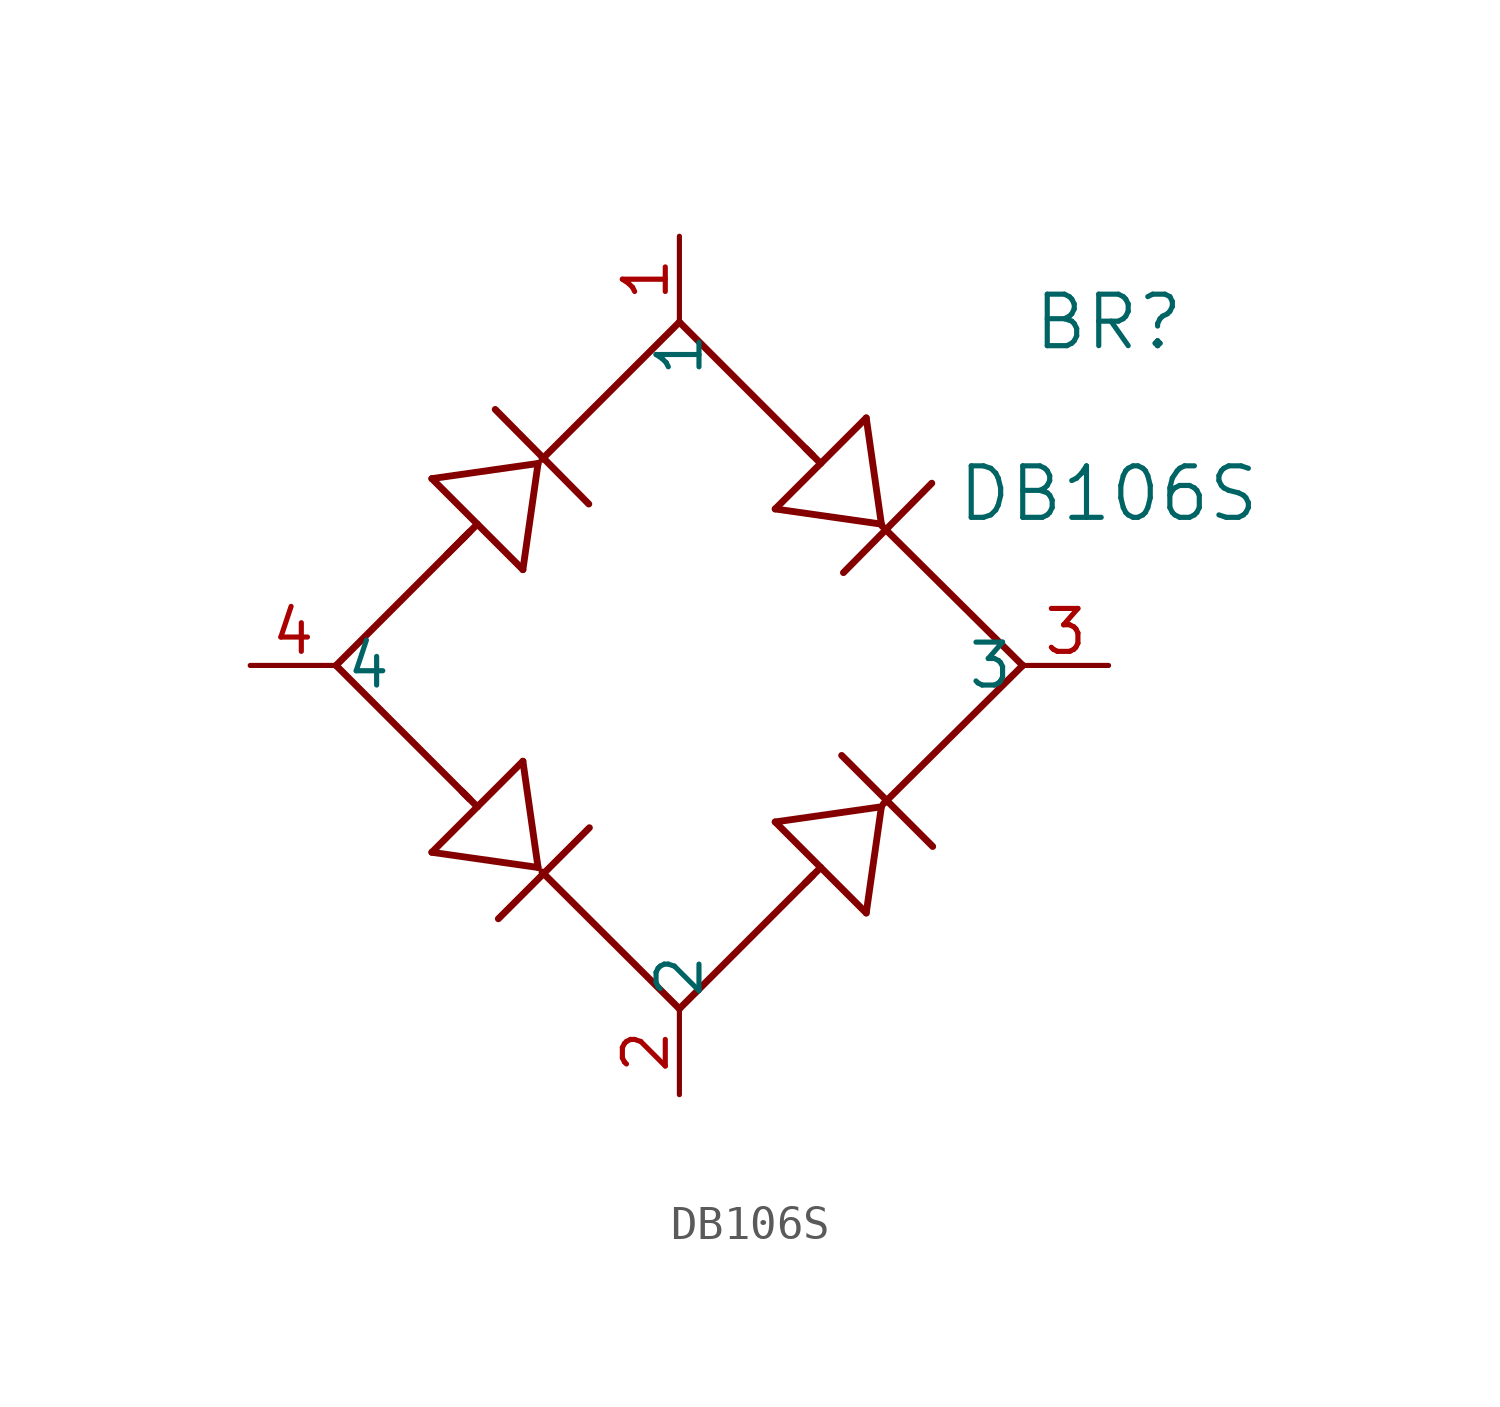
<source format=kicad_sym>
(kicad_symbol_lib
  (version 20211014)
  (generator kicad_symbol_editor)
  (symbol "DB106S"
    (pin_names
      (offset 0.254))
    (property "Reference" "BR"
      (at 25.4 10.16 0)
      (effects (font (size 1.524 1.524))))
    (property "Value" "DB106S"
      (at 25.4 5.08 0)
      (effects (font (size 1.524 1.524))))
    (symbol "DB106S_0_1"
      (polyline (pts (xy 5.824 3.284) (xy 6.488 3.948)) (stroke (width 0.203) (type default) (color 0 0 0 0)) (fill (type none)))
      (polyline (pts (xy 5.375 5.529) (xy 8.069 2.835)) (stroke (width 0.203) (type default) (color 0 0 0 0)) (fill (type none)))
      (polyline (pts (xy 6.273 3.733) (xy 6.722 4.182)) (stroke (width 0.203) (type default) (color 0 0 0 0)) (fill (type none)))
      (polyline (pts (xy 8.518 5.978) (xy 5.375 5.529)) (stroke (width 0.203) (type default) (color 0 0 0 0)) (fill (type none)))
      (polyline (pts (xy 8.069 2.835) (xy 8.518 5.978)) (stroke (width 0.203) (type default) (color 0 0 0 0)) (fill (type none)))
      (polyline (pts (xy 10.019 4.777) (xy 7.25 7.576)) (stroke (width 0.203) (type default) (color 0 0 0 0)) (fill (type none)))
      (polyline (pts (xy 12.7 10.16) (xy 16.648 6.212)) (stroke (width 0.203) (type default) (color 0 0 0 0)) (fill (type none)))
      (polyline (pts (xy 22.86 0) (xy 18.736 -4.096)) (stroke (width 0.203) (type default) (color 0 0 0 0)) (fill (type none)))
      (polyline (pts (xy 12.7 -10.16) (xy 8.634 -6.111)) (stroke (width 0.203) (type default) (color 0 0 0 0)) (fill (type none)))
      (polyline (pts (xy 2.54 0) (xy 6.35 3.81)) (stroke (width 0.203) (type default) (color 0 0 0 0)) (fill (type none)))
      (polyline (pts (xy 8.634 6.1) (xy 12.7 10.16)) (stroke (width 0.203) (type default) (color 0 0 0 0)) (fill (type none)))
      (polyline (pts (xy 2.54 0) (xy 6.488 -3.948)) (stroke (width 0.203) (type default) (color 0 0 0 0)) (fill (type none)))
      (polyline (pts (xy 8.069 -2.835) (xy 5.375 -5.529)) (stroke (width 0.203) (type default) (color 0 0 0 0)) (fill (type none)))
      (polyline (pts (xy 6.273 -3.733) (xy 6.722 -4.182)) (stroke (width 0.203) (type default) (color 0 0 0 0)) (fill (type none)))
      (polyline (pts (xy 8.518 -5.978) (xy 8.069 -2.835)) (stroke (width 0.203) (type default) (color 0 0 0 0)) (fill (type none)))
      (polyline (pts (xy 5.375 -5.529) (xy 8.518 -5.978)) (stroke (width 0.203) (type default) (color 0 0 0 0)) (fill (type none)))
      (polyline (pts (xy 7.343 -7.496) (xy 10.037 -4.802)) (stroke (width 0.203) (type default) (color 0 0 0 0)) (fill (type none)))
      (polyline (pts (xy 12.7 -10.16) (xy 16.648 -6.212)) (stroke (width 0.203) (type default) (color 0 0 0 0)) (fill (type none)))
      (polyline (pts (xy 15.535 -4.631) (xy 18.229 -7.325)) (stroke (width 0.203) (type default) (color 0 0 0 0)) (fill (type none)))
      (polyline (pts (xy 16.433 -6.427) (xy 16.882 -5.978)) (stroke (width 0.203) (type default) (color 0 0 0 0)) (fill (type none)))
      (polyline (pts (xy 18.678 -4.182) (xy 15.535 -4.631)) (stroke (width 0.203) (type default) (color 0 0 0 0)) (fill (type none)))
      (polyline (pts (xy 18.229 -7.325) (xy 18.678 -4.182)) (stroke (width 0.203) (type default) (color 0 0 0 0)) (fill (type none)))
      (polyline (pts (xy 20.196 -5.357) (xy 17.502 -2.663)) (stroke (width 0.203) (type default) (color 0 0 0 0)) (fill (type none)))
      (polyline (pts (xy 22.86 0) (xy 18.693 4.131)) (stroke (width 0.203) (type default) (color 0 0 0 0)) (fill (type none)))
      (polyline (pts (xy 18.229 7.325) (xy 15.535 4.631)) (stroke (width 0.203) (type default) (color 0 0 0 0)) (fill (type none)))
      (polyline (pts (xy 16.433 6.427) (xy 16.882 5.978)) (stroke (width 0.203) (type default) (color 0 0 0 0)) (fill (type none)))
      (polyline (pts (xy 18.678 4.182) (xy 18.229 7.325)) (stroke (width 0.203) (type default) (color 0 0 0 0)) (fill (type none)))
      (polyline (pts (xy 15.535 4.631) (xy 18.678 4.182)) (stroke (width 0.203) (type default) (color 0 0 0 0)) (fill (type none)))
      (polyline (pts (xy 17.555 2.747) (xy 20.169 5.393)) (stroke (width 0.203) (type default) (color 0 0 0 0)) (fill (type none)))
      (pin unspecified line (at 12.7 12.7 270) (length 2.54) (name "1" (effects (font (size 1.27 1.27)))) (number "1" (effects (font (size 1.27 1.27)))))
      (pin unspecified line (at 12.7 -12.7 90) (length 2.54) (name "2" (effects (font (size 1.27 1.27)))) (number "2" (effects (font (size 1.27 1.27)))))
      (pin unspecified line (at 25.4 0 180) (length 2.54) (name "3" (effects (font (size 1.27 1.27)))) (number "3" (effects (font (size 1.27 1.27)))))
      (pin unspecified line (at 0 0 0) (length 2.54) (name "4" (effects (font (size 1.27 1.27)))) (number "4" (effects (font (size 1.27 1.27))))))))
</source>
